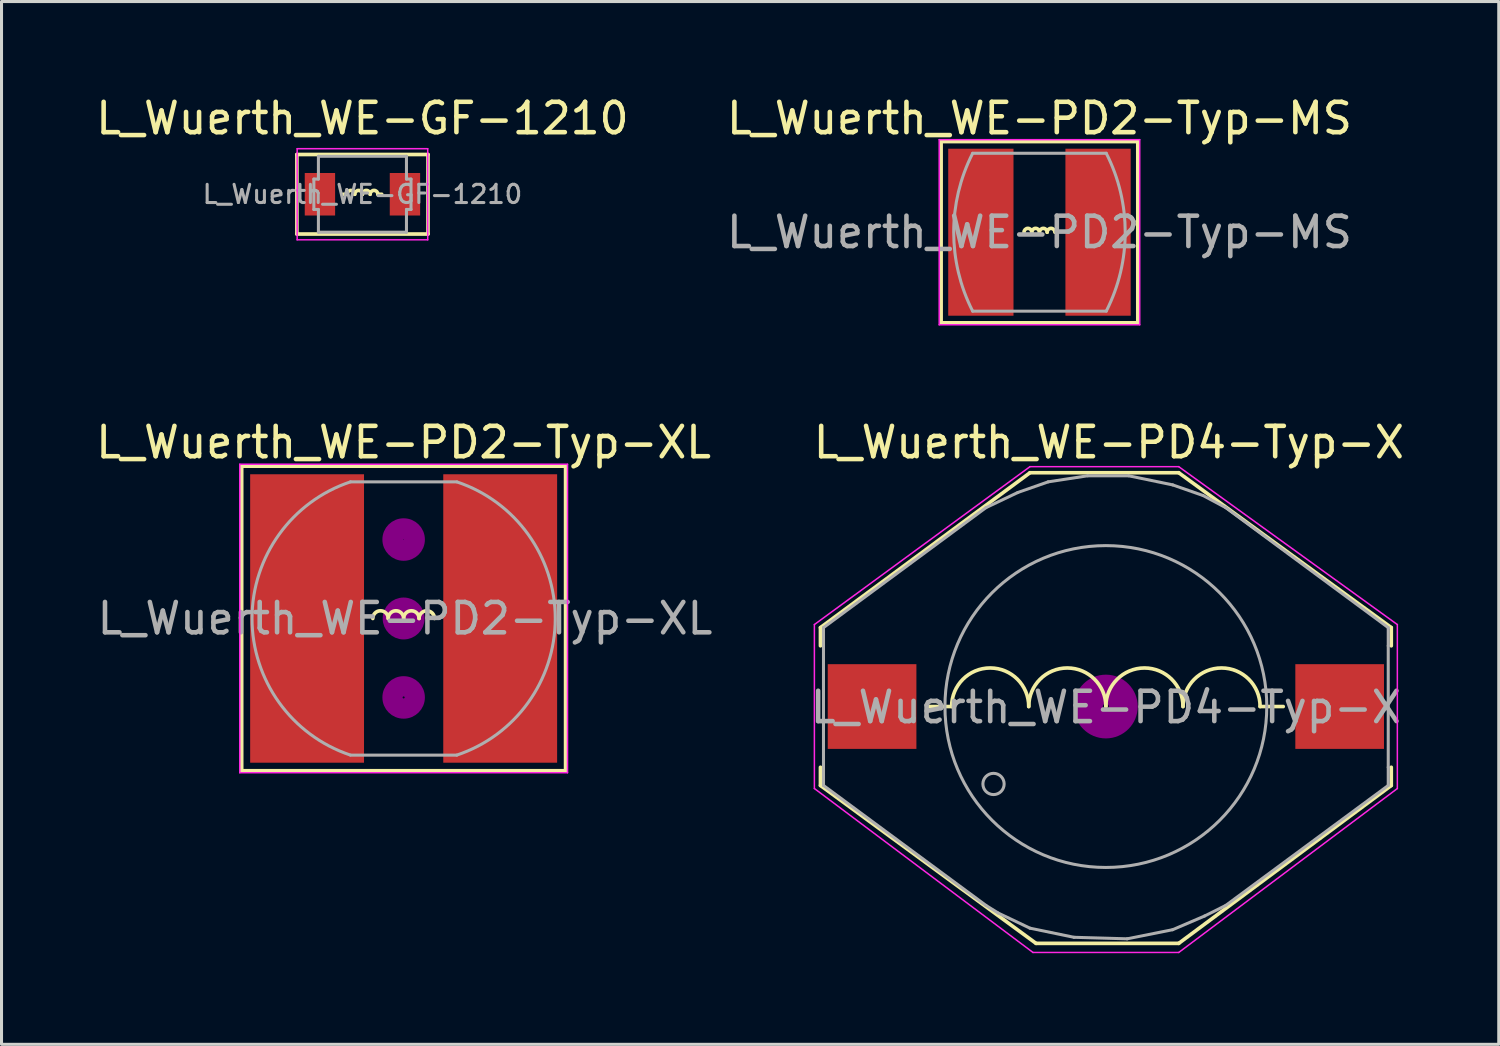
<source format=kicad_pcb>
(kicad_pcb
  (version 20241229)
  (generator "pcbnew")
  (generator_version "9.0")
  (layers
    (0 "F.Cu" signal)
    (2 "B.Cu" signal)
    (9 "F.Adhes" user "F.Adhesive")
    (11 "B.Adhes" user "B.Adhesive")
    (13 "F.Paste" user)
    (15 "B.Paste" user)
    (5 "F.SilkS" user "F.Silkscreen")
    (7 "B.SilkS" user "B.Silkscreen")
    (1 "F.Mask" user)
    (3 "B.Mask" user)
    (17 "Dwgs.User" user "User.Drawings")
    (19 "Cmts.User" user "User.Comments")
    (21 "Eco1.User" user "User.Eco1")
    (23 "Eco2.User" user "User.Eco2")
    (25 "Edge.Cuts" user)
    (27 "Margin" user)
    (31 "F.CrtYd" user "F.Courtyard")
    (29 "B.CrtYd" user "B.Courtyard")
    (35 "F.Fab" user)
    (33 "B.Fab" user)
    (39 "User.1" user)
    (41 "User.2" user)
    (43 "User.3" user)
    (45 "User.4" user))
  (footprint "L_Wuerth_WE-PD2-Typ-XL"
    (layer "F.Cu")
    (at 10.244 17.32)
    (property "Reference" "L_Wuerth_WE-PD2-Typ-XL" (at 0 -5.8 0) (layer "F.SilkS") (effects (font (size 1 1) (thickness 0.15))))
    (attr smd)
    (fp_line (start -5.334 -5.016) (end 5.334 -5.016) (stroke (width 0.12) (type solid)) (layer "F.SilkS"))
    (fp_line (start -5.334 5.016) (end -5.334 -5.016) (stroke (width 0.12) (type solid)) (layer "F.SilkS"))
    (fp_line (start 5.334 -5.016) (end 5.334 5.016) (stroke (width 0.12) (type solid)) (layer "F.SilkS"))
    (fp_line (start 5.334 5.016) (end -5.334 5.016) (stroke (width 0.12) (type solid)) (layer "F.SilkS"))
    (fp_arc (start -1.016 0) (mid -0.762 -0.254) (end -0.508 0) (stroke (width 0.12) (type solid)) (layer "F.SilkS"))
    (fp_arc (start -0.508 0) (mid -0.254 -0.254) (end 0 0) (stroke (width 0.12) (type solid)) (layer "F.SilkS"))
    (fp_arc (start 0 0) (mid 0.254 -0.254) (end 0.508 0) (stroke (width 0.12) (type solid)) (layer "F.SilkS"))
    (fp_arc (start 0.508 0) (mid 0.762 -0.254) (end 1.016 0) (stroke (width 0.12) (type solid)) (layer "F.SilkS"))
    (fp_circle (center 0 -2.6) (end 0.2 -2.6) (stroke (width 0.38) (type solid)) (fill no) (layer "F.Adhes"))
    (fp_circle (center 0 -2.6) (end 0.5 -2.5) (stroke (width 0.38) (type solid)) (fill no) (layer "F.Adhes"))
    (fp_circle (center 0 0) (end 0.2 0) (stroke (width 0.38) (type solid)) (fill no) (layer "F.Adhes"))
    (fp_circle (center 0 0) (end 0.5 0) (stroke (width 0.38) (type solid)) (fill no) (layer "F.Adhes"))
    (fp_circle (center 0 2.6) (end 0.1 2.8) (stroke (width 0.38) (type solid)) (fill no) (layer "F.Adhes"))
    (fp_circle (center 0 2.6) (end 0.5 2.7) (stroke (width 0.38) (type solid)) (fill no) (layer "F.Adhes"))
    (fp_line (start -5.397 -5.08) (end -5.397 5.08) (stroke (width 0.05) (type solid)) (layer "F.CrtYd"))
    (fp_line (start -5.397 5.08) (end 5.397 5.08) (stroke (width 0.05) (type solid)) (layer "F.CrtYd"))
    (fp_line (start 5.397 -5.08) (end -5.397 -5.08) (stroke (width 0.05) (type solid)) (layer "F.CrtYd"))
    (fp_line (start 5.397 5.08) (end 5.397 -5.08) (stroke (width 0.05) (type solid)) (layer "F.CrtYd"))
    (fp_line (start -1.75 4.5) (end 1.75 4.5) (stroke (width 0.1) (type solid)) (layer "F.Fab"))
    (fp_line (start 1.75 -4.5) (end -1.75 -4.5) (stroke (width 0.1) (type solid)) (layer "F.Fab"))
    (fp_arc (start -1.760214 4.496582) (mid -4.993413 -0.005385) (end -1.75 -4.5) (stroke (width 0.1) (type solid)) (layer "F.Fab"))
    (fp_arc (start 1.760214 -4.496582) (mid 4.993413 0.005385) (end 1.75 4.5) (stroke (width 0.1) (type solid)) (layer "F.Fab"))
    (fp_text user "${REFERENCE}" (at 0.045 0 0) (layer "F.Fab") (effects (font (size 1 1) (thickness 0.15))))
    (pad "1" smd rect (at -3.18 0) (size 3.75 9.5) (layers "F.Cu" "F.Mask" "F.Paste"))
    (pad "2" smd rect (at 3.18 0) (size 3.75 9.5) (layers "F.Cu" "F.Mask" "F.Paste")))
  (footprint "L_Wuerth_WE-PD2-Typ-MS"
    (layer "F.Cu")
    (at 31.185 4.598)
    (property "Reference" "L_Wuerth_WE-PD2-Typ-MS" (at 0 -3.75 0) (layer "F.SilkS") (effects (font (size 1 1) (thickness 0.15))))
    (attr smd)
    (fp_line (start -3.239 -2.985) (end 3.239 -2.985) (stroke (width 0.12) (type solid)) (layer "F.SilkS"))
    (fp_line (start -3.239 2.985) (end -3.239 -2.985) (stroke (width 0.12) (type solid)) (layer "F.SilkS"))
    (fp_line (start 3.239 -2.985) (end 3.239 2.985) (stroke (width 0.12) (type solid)) (layer "F.SilkS"))
    (fp_line (start 3.239 2.985) (end -3.239 2.985) (stroke (width 0.12) (type solid)) (layer "F.SilkS"))
    (fp_arc (start -0.508 0) (mid -0.381 -0.127) (end -0.254 0) (stroke (width 0.12) (type solid)) (layer "F.SilkS"))
    (fp_arc (start -0.254 0) (mid -0.127 -0.127) (end 0 0) (stroke (width 0.12) (type solid)) (layer "F.SilkS"))
    (fp_arc (start 0 0) (mid 0.127 -0.127) (end 0.254 0) (stroke (width 0.12) (type solid)) (layer "F.SilkS"))
    (fp_arc (start 0.254 0) (mid 0.381 -0.127) (end 0.508 0) (stroke (width 0.12) (type solid)) (layer "F.SilkS"))
    (fp_line (start -3.302 -3.048) (end 3.302 -3.048) (stroke (width 0.05) (type solid)) (layer "F.CrtYd"))
    (fp_line (start -3.302 3.048) (end -3.302 -3.048) (stroke (width 0.05) (type solid)) (layer "F.CrtYd"))
    (fp_line (start 3.302 -3.048) (end 3.302 3.048) (stroke (width 0.05) (type solid)) (layer "F.CrtYd"))
    (fp_line (start 3.302 3.048) (end -3.302 3.048) (stroke (width 0.05) (type solid)) (layer "F.CrtYd"))
    (fp_line (start -2.2 -2.6) (end 2.2 -2.6) (stroke (width 0.1) (type solid)) (layer "F.Fab"))
    (fp_line (start 2.2 2.6) (end -2.2 2.6) (stroke (width 0.1) (type solid)) (layer "F.Fab"))
    (fp_arc (start -2.2 2.6) (mid -2.824509 0.001265) (end -2.201149 -2.597745) (stroke (width 0.1) (type solid)) (layer "F.Fab"))
    (fp_arc (start 2.2 -2.6) (mid 2.824509 -0.001265) (end 2.201149 2.597745) (stroke (width 0.1) (type solid)) (layer "F.Fab"))
    (fp_text user "${REFERENCE}" (at 0 0 0) (layer "F.Fab") (effects (font (size 1 1) (thickness 0.15))))
    (pad "1" smd rect (at -1.93 0) (size 2.15 5.5) (layers "F.Cu" "F.Mask" "F.Paste"))
    (pad "2" smd rect (at 1.93 0) (size 2.15 5.5) (layers "F.Cu" "F.Mask" "F.Paste")))
  (footprint "L_Wuerth_WE-GF-1210"
    (layer "F.Cu")
    (at 8.887 3.348)
    (property "Reference" "L_Wuerth_WE-GF-1210" (at 0 -2.5 0) (layer "F.SilkS") (effects (font (size 1 1) (thickness 0.15))))
    (attr smd)
    (fp_line (start -2.159 -1.31) (end -2.159 1.31) (stroke (width 0.12) (type solid)) (layer "F.SilkS"))
    (fp_line (start -2.159 -1.31) (end 2.159 -1.31) (stroke (width 0.12) (type solid)) (layer "F.SilkS"))
    (fp_line (start -2.159 1.31) (end 2.159 1.31) (stroke (width 0.12) (type solid)) (layer "F.SilkS"))
    (fp_line (start -0.508 0) (end -0.635 0) (stroke (width 0.12) (type solid)) (layer "F.SilkS"))
    (fp_line (start 0.635 0) (end 0.508 0) (stroke (width 0.12) (type solid)) (layer "F.SilkS"))
    (fp_line (start 2.159 -1.31) (end 2.159 1.31) (stroke (width 0.12) (type solid)) (layer "F.SilkS"))
    (fp_arc (start -0.508 0) (mid -0.381 -0.127) (end -0.254 0) (stroke (width 0.12) (type solid)) (layer "F.SilkS"))
    (fp_arc (start -0.254 0) (mid -0.127 -0.127) (end 0 0) (stroke (width 0.12) (type solid)) (layer "F.SilkS"))
    (fp_arc (start 0 0) (mid 0.127 -0.127) (end 0.254 0) (stroke (width 0.12) (type solid)) (layer "F.SilkS"))
    (fp_arc (start 0.254 0) (mid 0.381 -0.127) (end 0.508 0) (stroke (width 0.12) (type solid)) (layer "F.SilkS"))
    (fp_line (start -2.15 -1.5) (end -2.15 1.5) (stroke (width 0.05) (type solid)) (layer "F.CrtYd"))
    (fp_line (start -2.15 -1.5) (end 2.15 -1.5) (stroke (width 0.05) (type solid)) (layer "F.CrtYd"))
    (fp_line (start -2.15 1.5) (end 2.15 1.5) (stroke (width 0.05) (type solid)) (layer "F.CrtYd"))
    (fp_line (start 2.15 -1.5) (end 2.15 1.5) (stroke (width 0.05) (type solid)) (layer "F.CrtYd"))
    (fp_line (start -1.6 -0.5) (end -1.6 0.5) (stroke (width 0.1) (type solid)) (layer "F.Fab"))
    (fp_line (start -1.6 -0.5) (end -1.45 -0.5) (stroke (width 0.1) (type solid)) (layer "F.Fab"))
    (fp_line (start -1.45 -1.25) (end -1.45 -0.5) (stroke (width 0.1) (type solid)) (layer "F.Fab"))
    (fp_line (start -1.45 -1.25) (end 1.45 -1.25) (stroke (width 0.1) (type solid)) (layer "F.Fab"))
    (fp_line (start -1.45 0.5) (end -1.6 0.5) (stroke (width 0.1) (type solid)) (layer "F.Fab"))
    (fp_line (start -1.45 0.5) (end -1.45 1.25) (stroke (width 0.1) (type solid)) (layer "F.Fab"))
    (fp_line (start -1.45 1.25) (end 1.45 1.25) (stroke (width 0.1) (type solid)) (layer "F.Fab"))
    (fp_line (start 1.45 -1.25) (end 1.45 -0.5) (stroke (width 0.1) (type solid)) (layer "F.Fab"))
    (fp_line (start 1.45 -0.5) (end 1.6 -0.5) (stroke (width 0.1) (type solid)) (layer "F.Fab"))
    (fp_line (start 1.45 0.5) (end 1.45 1.25) (stroke (width 0.1) (type solid)) (layer "F.Fab"))
    (fp_line (start 1.6 -0.5) (end 1.6 0.5) (stroke (width 0.1) (type solid)) (layer "F.Fab"))
    (fp_line (start 1.6 0.5) (end 1.45 0.5) (stroke (width 0.1) (type solid)) (layer "F.Fab"))
    (fp_text user "${REFERENCE}" (at 0 0 0) (layer "F.Fab") (effects (font (size 0.6 0.6) (thickness 0.1))))
    (pad "1" smd rect (at -1.4 0) (size 1 1.4) (layers "F.Cu" "F.Mask" "F.Paste"))
    (pad "2" smd rect (at 1.4 0) (size 1 1.4) (layers "F.Cu" "F.Mask" "F.Paste")))
  (footprint "L_Wuerth_WE-PD4-Typ-X"
    (layer "F.Cu")
    (at 33.372 20.22)
    (property "Reference" "L_Wuerth_WE-PD4-Typ-X" (at 0.1 -8.7 0) (layer "F.SilkS") (effects (font (size 1 1) (thickness 0.15))))
    (attr smd)
    (fp_line (start -9.4 -2.6) (end -2.5 -7.7) (stroke (width 0.12) (type solid)) (layer "F.SilkS"))
    (fp_line (start -9.4 -2) (end -9.4 -2.6) (stroke (width 0.12) (type solid)) (layer "F.SilkS"))
    (fp_line (start -9.4 2.6) (end -9.4 2) (stroke (width 0.12) (type solid)) (layer "F.SilkS"))
    (fp_line (start -9.4 2.6) (end -2.3 7.8) (stroke (width 0.12) (type solid)) (layer "F.SilkS"))
    (fp_line (start -5.08 0) (end -5.842 0) (stroke (width 0.12) (type solid)) (layer "F.SilkS"))
    (fp_line (start -2.5 -7.7) (end 2.4 -7.7) (stroke (width 0.12) (type solid)) (layer "F.SilkS"))
    (fp_line (start -2.3 7.8) (end 2.4 7.8) (stroke (width 0.12) (type solid)) (layer "F.SilkS"))
    (fp_line (start 2.4 -7.7) (end 9.4 -2.6) (stroke (width 0.12) (type solid)) (layer "F.SilkS"))
    (fp_line (start 2.4 7.8) (end 9.4 2.6) (stroke (width 0.12) (type solid)) (layer "F.SilkS"))
    (fp_line (start 5.842 0) (end 5.08 0) (stroke (width 0.12) (type solid)) (layer "F.SilkS"))
    (fp_line (start 9.4 -2) (end 9.4 -2.6) (stroke (width 0.12) (type solid)) (layer "F.SilkS"))
    (fp_line (start 9.4 2.6) (end 9.4 2) (stroke (width 0.12) (type solid)) (layer "F.SilkS"))
    (fp_arc (start -5.08 0) (mid -3.81 -1.27) (end -2.54 0) (stroke (width 0.12) (type solid)) (layer "F.SilkS"))
    (fp_arc (start -2.54 0) (mid -1.27 -1.27) (end 0 0) (stroke (width 0.12) (type solid)) (layer "F.SilkS"))
    (fp_arc (start 0 0) (mid 1.27 -1.27) (end 2.54 0) (stroke (width 0.12) (type solid)) (layer "F.SilkS"))
    (fp_arc (start 2.54 0) (mid 3.81 -1.27) (end 5.08 0) (stroke (width 0.12) (type solid)) (layer "F.SilkS"))
    (fp_circle (center 0 0) (end 0.1 0) (stroke (width 0.3) (type solid)) (fill no) (layer "F.Adhes"))
    (fp_circle (center 0 0) (end 0.3 0) (stroke (width 0.3) (type solid)) (fill no) (layer "F.Adhes"))
    (fp_circle (center 0 0) (end 0.5 0) (stroke (width 0.3) (type solid)) (fill no) (layer "F.Adhes"))
    (fp_circle (center 0 0) (end 0.7 0) (stroke (width 0.3) (type solid)) (fill no) (layer "F.Adhes"))
    (fp_circle (center 0 0) (end 0.9 0) (stroke (width 0.3) (type solid)) (fill no) (layer "F.Adhes"))
    (fp_line (start -9.6 -2.7) (end -2.5 -7.9) (stroke (width 0.05) (type solid)) (layer "F.CrtYd"))
    (fp_line (start -9.6 2.7) (end -9.6 -2.7) (stroke (width 0.05) (type solid)) (layer "F.CrtYd"))
    (fp_line (start -2.5 -7.9) (end 2.4 -7.9) (stroke (width 0.05) (type solid)) (layer "F.CrtYd"))
    (fp_line (start -2.4 8.1) (end -9.6 2.7) (stroke (width 0.05) (type solid)) (layer "F.CrtYd"))
    (fp_line (start 2.4 -7.9) (end 9.6 -2.7) (stroke (width 0.05) (type solid)) (layer "F.CrtYd"))
    (fp_line (start 2.4 8.1) (end -2.4 8.1) (stroke (width 0.05) (type solid)) (layer "F.CrtYd"))
    (fp_line (start 9.6 -2.7) (end 9.6 2.7) (stroke (width 0.05) (type solid)) (layer "F.CrtYd"))
    (fp_line (start 9.6 2.7) (end 2.4 8.1) (stroke (width 0.05) (type solid)) (layer "F.CrtYd"))
    (fp_line (start -9.3 -2.6) (end -9.3 -2) (stroke (width 0.1) (type solid)) (layer "F.Fab"))
    (fp_line (start -9.3 -2.6) (end -3.95 -6.55) (stroke (width 0.1) (type solid)) (layer "F.Fab"))
    (fp_line (start -9.3 2) (end -9.3 -2) (stroke (width 0.1) (type solid)) (layer "F.Fab"))
    (fp_line (start -9.3 2) (end -9.3 2.6) (stroke (width 0.1) (type solid)) (layer "F.Fab"))
    (fp_line (start -9.3 2.6) (end -3.95 6.55) (stroke (width 0.1) (type solid)) (layer "F.Fab"))
    (fp_line (start -3.95 -6.55) (end -2.9 -7.05) (stroke (width 0.1) (type solid)) (layer "F.Fab"))
    (fp_line (start -3.55 6.8) (end -3.95 6.55) (stroke (width 0.1) (type solid)) (layer "F.Fab"))
    (fp_line (start -2.9 -7.05) (end -1.9 -7.4) (stroke (width 0.1) (type solid)) (layer "F.Fab"))
    (fp_line (start -2.5 7.3) (end -3.55 6.8) (stroke (width 0.1) (type solid)) (layer "F.Fab"))
    (fp_line (start -1.9 -7.4) (end -0.6 -7.6) (stroke (width 0.1) (type solid)) (layer "F.Fab"))
    (fp_line (start -1.05 7.6) (end -2.5 7.3) (stroke (width 0.1) (type solid)) (layer "F.Fab"))
    (fp_line (start -0.6 -7.6) (end 0.75 -7.6) (stroke (width 0.1) (type solid)) (layer "F.Fab"))
    (fp_line (start 0.7 7.65) (end -1.05 7.6) (stroke (width 0.1) (type solid)) (layer "F.Fab"))
    (fp_line (start 0.75 -7.6) (end 2.2 -7.3) (stroke (width 0.1) (type solid)) (layer "F.Fab"))
    (fp_line (start 2.2 -7.3) (end 3.2 -6.95) (stroke (width 0.1) (type solid)) (layer "F.Fab"))
    (fp_line (start 2.2 7.35) (end 0.7 7.65) (stroke (width 0.1) (type solid)) (layer "F.Fab"))
    (fp_line (start 3.2 -6.95) (end 3.95 -6.55) (stroke (width 0.1) (type solid)) (layer "F.Fab"))
    (fp_line (start 3.25 6.9) (end 2.2 7.35) (stroke (width 0.1) (type solid)) (layer "F.Fab"))
    (fp_line (start 3.95 -6.55) (end 9.3 -2.6) (stroke (width 0.1) (type solid)) (layer "F.Fab"))
    (fp_line (start 3.95 6.55) (end 3.25 6.9) (stroke (width 0.1) (type solid)) (layer "F.Fab"))
    (fp_line (start 9.3 -2) (end 9.3 -2.6) (stroke (width 0.1) (type solid)) (layer "F.Fab"))
    (fp_line (start 9.3 -2) (end 9.3 2) (stroke (width 0.1) (type solid)) (layer "F.Fab"))
    (fp_line (start 9.3 2) (end 9.3 2.6) (stroke (width 0.1) (type solid)) (layer "F.Fab"))
    (fp_line (start 9.3 2.6) (end 3.95 6.55) (stroke (width 0.1) (type solid)) (layer "F.Fab"))
    (fp_circle (center -3.7 2.55) (end -3.7 2.2) (stroke (width 0.1) (type solid)) (fill no) (layer "F.Fab"))
    (fp_circle (center 0 0) (end 0 -5.3) (stroke (width 0.1) (type solid)) (fill no) (layer "F.Fab"))
    (fp_text user "${REFERENCE}" (at 0 0.025 0) (layer "F.Fab") (effects (font (size 1 1) (thickness 0.15))))
    (pad "1" smd rect (at -7.7 0 90) (size 2.79 2.92) (layers "F.Cu" "F.Mask" "F.Paste"))
    (pad "2" smd rect (at 7.7 0 90) (size 2.79 2.92) (layers "F.Cu" "F.Mask" "F.Paste")))
  (gr_rect
    (start -3 -3)
    (end 46.312 31.345)
    (stroke (width 0.1) (type default))
    (fill no)
    (layer "Edge.Cuts")))
</source>
